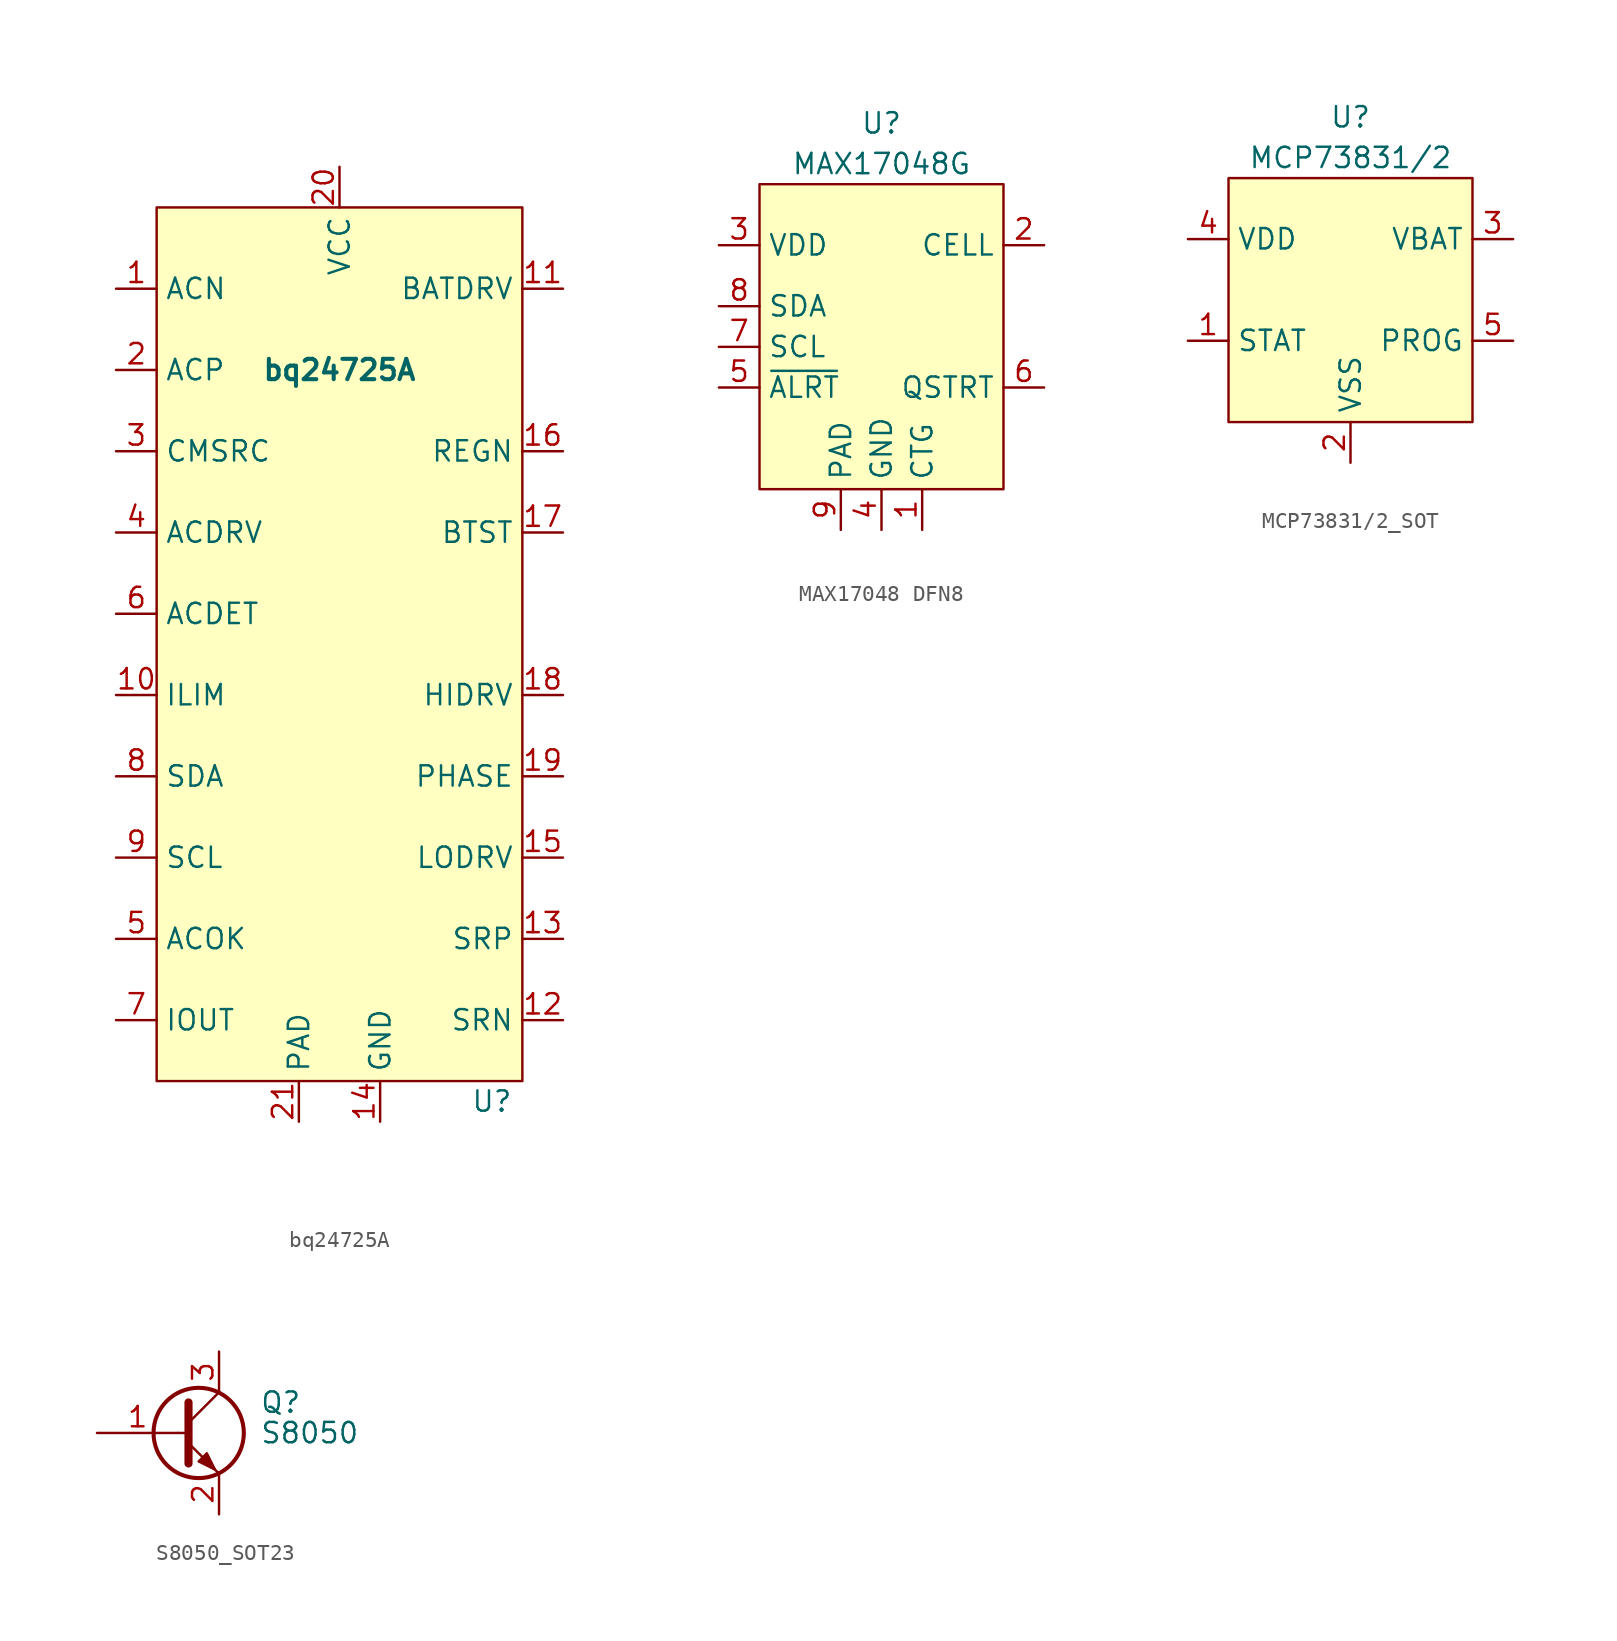
<source format=kicad_sym>
(kicad_symbol_lib
  (version 20220914)
  (generator kicad_symbol_editor)
  (symbol "bq24725A"
    (property "Reference" "U"
      (at 9.525 -25.4 0)
      (effects (font (size 1.27 1.27))))
    (property "Value" "bq24725A"
      (at 0 20.32 0)
      (effects (font (size 1.27 1.27) bold)))
    (symbol "bq24725A_0_0"
      (pin input line (at -13.97 25.4 0) (length 2.54) (name "ACN" (effects (font (size 1.27 1.27)))) (number "1" (effects (font (size 1.27 1.27)))))
      (pin input line (at -13.97 0 0) (length 2.54) (name "ILIM" (effects (font (size 1.27 1.27)))) (number "10" (effects (font (size 1.27 1.27)))))
      (pin output line (at 13.97 25.4 180) (length 2.54) (name "BATDRV" (effects (font (size 1.27 1.27)))) (number "11" (effects (font (size 1.27 1.27)))))
      (pin input line (at 13.97 -20.32 180) (length 2.54) (name "SRN" (effects (font (size 1.27 1.27)))) (number "12" (effects (font (size 1.27 1.27)))))
      (pin input line (at 13.97 -15.24 180) (length 2.54) (name "SRP" (effects (font (size 1.27 1.27)))) (number "13" (effects (font (size 1.27 1.27)))))
      (pin passive line (at 2.54 -26.67 90) (length 2.54) (name "GND" (effects (font (size 1.27 1.27)))) (number "14" (effects (font (size 1.27 1.27)))))
      (pin input line (at 13.97 -10.16 180) (length 2.54) (name "LODRV" (effects (font (size 1.27 1.27)))) (number "15" (effects (font (size 1.27 1.27)))))
      (pin output line (at 13.97 15.24 180) (length 2.54) (name "REGN" (effects (font (size 1.27 1.27)))) (number "16" (effects (font (size 1.27 1.27)))))
      (pin input line (at 13.97 10.16 180) (length 2.54) (name "BTST" (effects (font (size 1.27 1.27)))) (number "17" (effects (font (size 1.27 1.27)))))
      (pin output line (at 13.97 0 180) (length 2.54) (name "HIDRV" (effects (font (size 1.27 1.27)))) (number "18" (effects (font (size 1.27 1.27)))))
      (pin input line (at 13.97 -5.08 180) (length 2.54) (name "PHASE" (effects (font (size 1.27 1.27)))) (number "19" (effects (font (size 1.27 1.27)))))
      (pin input line (at -13.97 20.32 0) (length 2.54) (name "ACP" (effects (font (size 1.27 1.27)))) (number "2" (effects (font (size 1.27 1.27)))))
      (pin power_in line (at 0 33.02 270) (length 2.54) (name "VCC" (effects (font (size 1.27 1.27)))) (number "20" (effects (font (size 1.27 1.27)))))
      (pin passive line (at -2.54 -26.67 90) (length 2.54) (name "PAD" (effects (font (size 1.27 1.27)))) (number "21" (effects (font (size 1.27 1.27)))))
      (pin input line (at -13.97 15.24 0) (length 2.54) (name "CMSRC" (effects (font (size 1.27 1.27)))) (number "3" (effects (font (size 1.27 1.27)))))
      (pin output line (at -13.97 10.16 0) (length 2.54) (name "ACDRV" (effects (font (size 1.27 1.27)))) (number "4" (effects (font (size 1.27 1.27)))))
      (pin output line (at -13.97 -15.24 0) (length 2.54) (name "ACOK" (effects (font (size 1.27 1.27)))) (number "5" (effects (font (size 1.27 1.27)))))
      (pin input line (at -13.97 5.08 0) (length 2.54) (name "ACDET" (effects (font (size 1.27 1.27)))) (number "6" (effects (font (size 1.27 1.27)))))
      (pin output line (at -13.97 -20.32 0) (length 2.54) (name "IOUT" (effects (font (size 1.27 1.27)))) (number "7" (effects (font (size 1.27 1.27)))))
      (pin bidirectional line (at -13.97 -5.08 0) (length 2.54) (name "SDA" (effects (font (size 1.27 1.27)))) (number "8" (effects (font (size 1.27 1.27)))))
      (pin bidirectional line (at -13.97 -10.16 0) (length 2.54) (name "SCL" (effects (font (size 1.27 1.27)))) (number "9" (effects (font (size 1.27 1.27))))))
    (symbol "bq24725A_0_1"
      (rectangle (start -11.43 30.48) (end 11.43 -24.13) (stroke (width 0.152) (type default)) (fill (type background)))))
  (symbol "MAX17048 DFN8"
    (property "Reference" "U"
      (at 0 13.97 0)
      (effects (font (size 1.27 1.27))))
    (property "Value" "MAX17048G"
      (at 0 11.43 0)
      (effects (font (size 1.27 1.27))))
    (symbol "MAX17048 DFN8_0_0"
      (pin passive line (at 2.54 -11.43 90) (length 2.54) (name "CTG" (effects (font (size 1.27 1.27)))) (number "1" (effects (font (size 1.27 1.27)))))
      (pin power_in line (at 10.16 6.35 180) (length 2.54) (name "CELL" (effects (font (size 1.27 1.27)))) (number "2" (effects (font (size 1.27 1.27)))))
      (pin power_in line (at -10.16 6.35 0) (length 2.54) (name "VDD" (effects (font (size 1.27 1.27)))) (number "3" (effects (font (size 1.27 1.27)))))
      (pin passive line (at 0 -11.43 90) (length 2.54) (name "GND" (effects (font (size 1.27 1.27)))) (number "4" (effects (font (size 1.27 1.27)))))
      (pin output line (at -10.16 -2.54 0) (length 2.54) (name "~{ALRT}" (effects (font (size 1.27 1.27)))) (number "5" (effects (font (size 1.27 1.27)))))
      (pin input line (at -10.16 0 0) (length 2.54) (name "SCL" (effects (font (size 1.27 1.27)))) (number "7" (effects (font (size 1.27 1.27)))))
      (pin bidirectional line (at -10.16 2.54 0) (length 2.54) (name "SDA" (effects (font (size 1.27 1.27)))) (number "8" (effects (font (size 1.27 1.27)))))
      (pin passive line (at -2.54 -11.43 90) (length 2.54) (name "PAD" (effects (font (size 1.27 1.27)))) (number "9" (effects (font (size 1.27 1.27))))))
    (symbol "MAX17048 DFN8_1_0"
      (pin passive line (at 10.16 -2.54 180) (length 2.54) (name "QSTRT" (effects (font (size 1.27 1.27)))) (number "6" (effects (font (size 1.27 1.27))))))
    (symbol "MAX17048 DFN8_1_1"
      (rectangle (start -7.62 10.16) (end 7.62 -8.89) (stroke (width 0) (type default)) (fill (type background)))))
  (symbol "MCP73831/2_SOT"
    (property "Reference" "U"
      (at 0 19.05 0)
      (effects (font (size 1.27 1.27))))
    (property "Value" "MCP73831/2"
      (at 0 16.51 0)
      (effects (font (size 1.27 1.27))))
    (symbol "MCP73831/2_SOT_0_0"
      (pin output line (at -10.16 5.08 0) (length 2.54) (name "STAT" (effects (font (size 1.27 1.27)))) (number "1" (effects (font (size 1.27 1.27)))))
      (pin passive line (at 0 -2.54 90) (length 2.54) (name "VSS" (effects (font (size 1.27 1.27)))) (number "2" (effects (font (size 1.27 1.27)))))
      (pin power_out line (at 10.16 11.43 180) (length 2.54) (name "VBAT" (effects (font (size 1.27 1.27)))) (number "3" (effects (font (size 1.27 1.27)))))
      (pin power_in line (at -10.16 11.43 0) (length 2.54) (name "VDD" (effects (font (size 1.27 1.27)))) (number "4" (effects (font (size 1.27 1.27)))))
      (pin input line (at 10.16 5.08 180) (length 2.54) (name "PROG" (effects (font (size 1.27 1.27)))) (number "5" (effects (font (size 1.27 1.27))))))
    (symbol "MCP73831/2_SOT_1_1"
      (rectangle (start -7.62 15.24) (end 7.62 0) (stroke (width 0) (type default)) (fill (type background)))))
  (symbol "S8050_SOT23"
    (pin_names
      (offset 0) hide)
    (property "Reference" "Q"
      (at 5.08 1.905 0)
      (effects (font (size 1.27 1.27)) (justify left)))
    (property "Value" "S8050"
      (at 5.08 0 0)
      (effects (font (size 1.27 1.27)) (justify left)))
    (symbol "S8050_SOT23_0_1"
      (polyline (pts (xy 0 0) (xy 0.635 0)) (stroke (width 0) (type default)) (fill (type none)))
      (polyline (pts (xy 0.635 0.635) (xy 2.54 2.54)) (stroke (width 0) (type default)) (fill (type none)))
      (polyline (pts (xy 0.635 -0.635) (xy 2.54 -2.54) (xy 2.54 -2.54)) (stroke (width 0) (type default)) (fill (type none)))
      (polyline (pts (xy 0.635 1.905) (xy 0.635 -1.905) (xy 0.635 -1.905)) (stroke (width 0.508) (type default)) (fill (type none)))
      (polyline (pts (xy 1.27 -1.778) (xy 1.778 -1.27) (xy 2.286 -2.286) (xy 1.27 -1.778) (xy 1.27 -1.778)) (stroke (width 0) (type default)) (fill (type outline)))
      (circle (center 1.27 0) (radius 2.819) (stroke (width 0.254) (type default)) (fill (type none))))
    (symbol "S8050_SOT23_1_1"
      (pin input line (at -5.08 0 0) (length 5.08) (name "B" (effects (font (size 1.27 1.27)))) (number "1" (effects (font (size 1.27 1.27)))))
      (pin passive line (at 2.54 -5.08 90) (length 2.54) (name "E" (effects (font (size 1.27 1.27)))) (number "2" (effects (font (size 1.27 1.27)))))
      (pin passive line (at 2.54 5.08 270) (length 2.54) (name "C" (effects (font (size 1.27 1.27)))) (number "3" (effects (font (size 1.27 1.27))))))))
</source>
